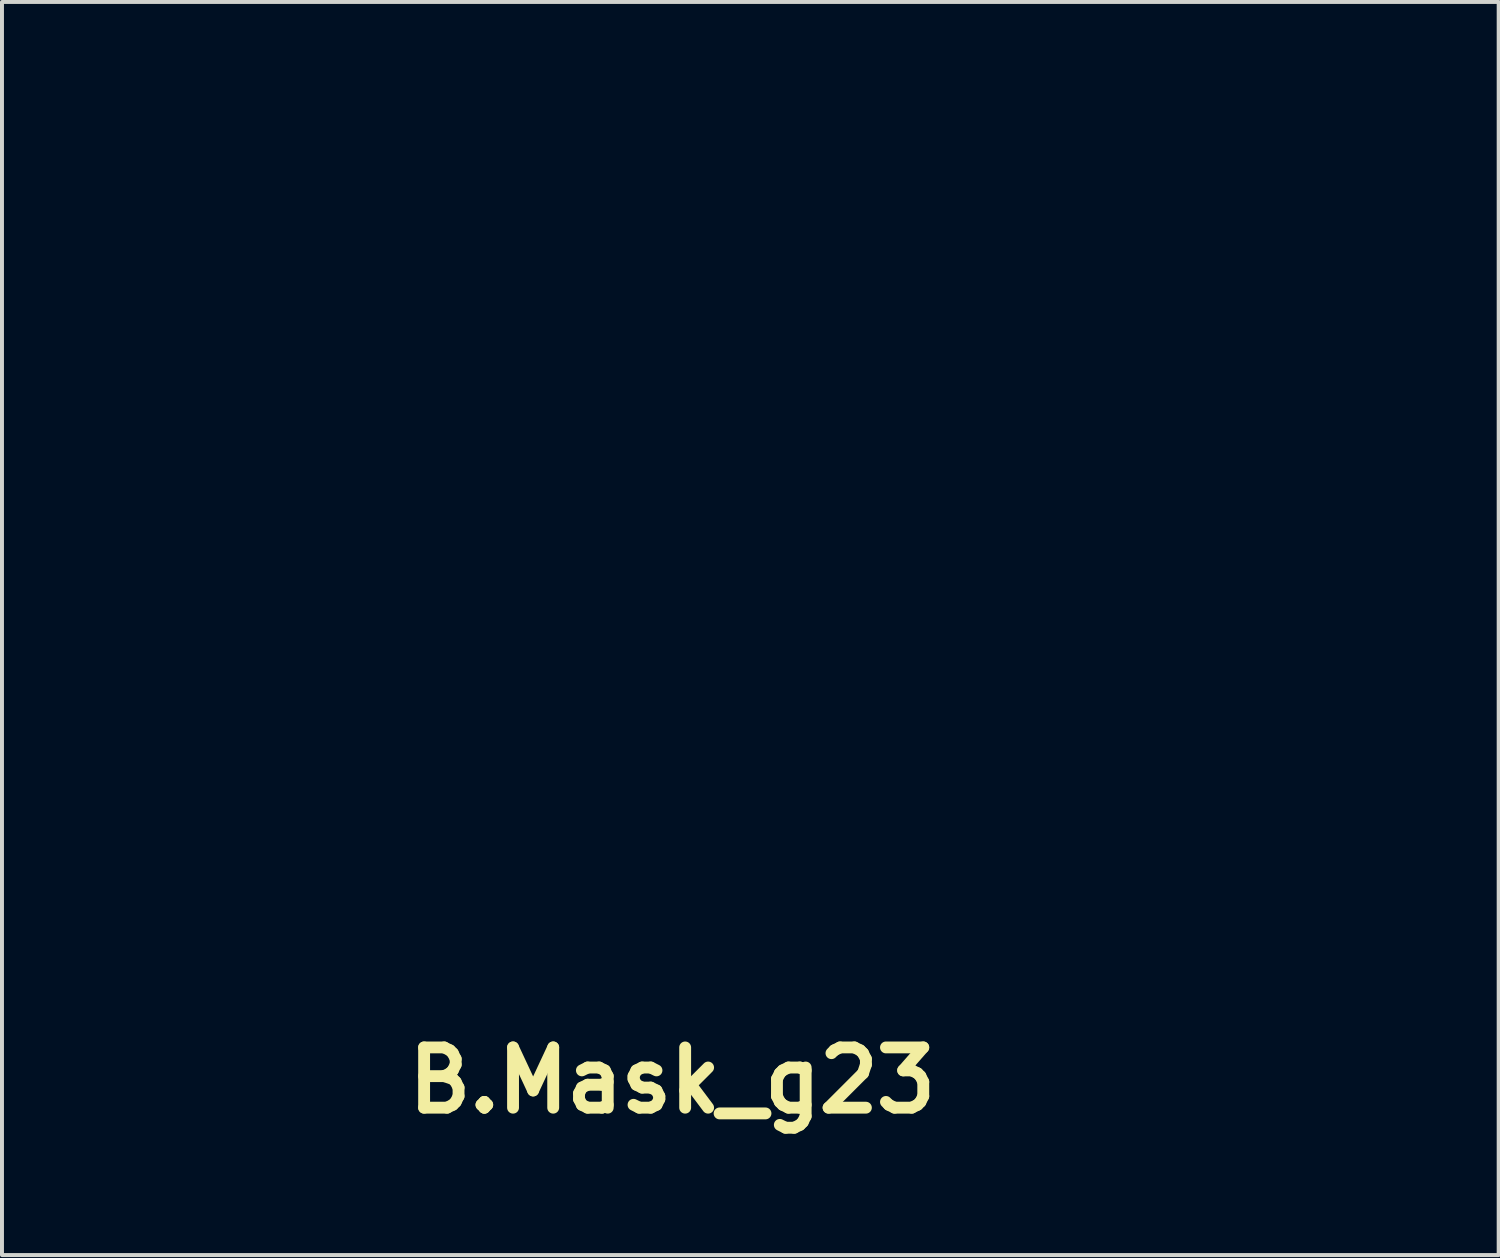
<source format=kicad_pcb>
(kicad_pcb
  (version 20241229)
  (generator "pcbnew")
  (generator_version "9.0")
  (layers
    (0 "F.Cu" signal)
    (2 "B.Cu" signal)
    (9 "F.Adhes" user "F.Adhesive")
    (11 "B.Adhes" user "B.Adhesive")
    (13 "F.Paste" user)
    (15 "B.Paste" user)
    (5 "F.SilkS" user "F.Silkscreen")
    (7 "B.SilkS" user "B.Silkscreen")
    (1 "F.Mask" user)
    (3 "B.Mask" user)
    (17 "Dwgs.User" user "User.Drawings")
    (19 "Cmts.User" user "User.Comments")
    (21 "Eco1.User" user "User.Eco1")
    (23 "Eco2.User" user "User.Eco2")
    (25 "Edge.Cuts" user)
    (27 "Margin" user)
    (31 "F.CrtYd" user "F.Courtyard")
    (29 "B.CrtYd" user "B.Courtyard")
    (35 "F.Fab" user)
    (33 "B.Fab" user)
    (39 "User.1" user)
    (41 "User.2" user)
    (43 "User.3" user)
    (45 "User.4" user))
  (footprint "B.Mask_g23"
    (layer "F.Cu")
    (at 13.957 24.283)
    (property "Reference" "B.Mask_g23" (at 0 0 0) (layer "F.SilkS") (effects (font (size 1.524 1.524) (thickness 0.3))))
    (attr through_hole)
    (fp_poly (pts (xy -10.249 -22.587) (xy -10.016 -22.456) (xy -9.874 -22.337) (xy -9.791 -22.244) (xy -9.749 -22.149) (xy -9.75 -22.047) (xy -9.799 -21.931) (xy -9.901 -21.795) (xy -10.059 -21.633) (xy -10.278 -21.438) (xy -10.561 -21.204) (xy -10.678 -21.11) (xy -10.898 -20.938) (xy -11.115 -20.773) (xy -11.318 -20.621) (xy -11.496 -20.493) (xy -11.639 -20.394) (xy -11.735 -20.335) (xy -11.769 -20.32) (xy -11.815 -20.35) (xy -11.89 -20.424) (xy -11.92 -20.458) (xy -12.095 -20.722) (xy -12.192 -21.002) (xy -12.215 -21.287) (xy -12.168 -21.568) (xy -12.054 -21.836) (xy -11.877 -22.081) (xy -11.641 -22.295) (xy -11.349 -22.469) (xy -11.099 -22.565) (xy -10.778 -22.639) (xy -10.499 -22.648) (xy -10.249 -22.587)) (stroke (width 0.01) (type solid)) (fill yes) (layer "B.Mask"))
    (fp_poly (pts (xy -12.59 -19.976) (xy -12.451 -19.927) (xy -12.368 -19.861) (xy -12.34 -19.769) (xy -12.369 -19.644) (xy -12.456 -19.481) (xy -12.604 -19.271) (xy -12.743 -19.092) (xy -12.864 -18.938) (xy -13.011 -18.744) (xy -13.163 -18.54) (xy -13.254 -18.415) (xy -13.413 -18.197) (xy -13.532 -18.039) (xy -13.618 -17.931) (xy -13.681 -17.866) (xy -13.729 -17.833) (xy -13.769 -17.822) (xy -13.774 -17.822) (xy -13.843 -17.856) (xy -13.894 -17.918) (xy -13.925 -18.021) (xy -13.944 -18.186) (xy -13.952 -18.393) (xy -13.948 -18.618) (xy -13.934 -18.842) (xy -13.909 -19.042) (xy -13.875 -19.197) (xy -13.87 -19.213) (xy -13.743 -19.467) (xy -13.559 -19.682) (xy -13.335 -19.849) (xy -13.084 -19.958) (xy -12.822 -20.001) (xy -12.59 -19.976)) (stroke (width 0.01) (type solid)) (fill yes) (layer "B.Mask"))
    (fp_poly (pts (xy -7.761 -24.277) (xy -7.604 -24.271) (xy -7.488 -24.256) (xy -7.388 -24.228) (xy -7.283 -24.183) (xy -7.197 -24.142) (xy -6.999 -24.021) (xy -6.84 -23.879) (xy -6.731 -23.732) (xy -6.689 -23.594) (xy -6.689 -23.586) (xy -6.713 -23.512) (xy -6.789 -23.431) (xy -6.924 -23.339) (xy -7.125 -23.232) (xy -7.399 -23.105) (xy -7.472 -23.073) (xy -7.71 -22.965) (xy -7.989 -22.834) (xy -8.276 -22.696) (xy -8.535 -22.566) (xy -8.548 -22.559) (xy -8.777 -22.442) (xy -8.942 -22.36) (xy -9.054 -22.308) (xy -9.126 -22.281) (xy -9.168 -22.276) (xy -9.192 -22.288) (xy -9.206 -22.307) (xy -9.271 -22.453) (xy -9.323 -22.645) (xy -9.356 -22.849) (xy -9.361 -22.952) (xy -9.345 -23.151) (xy -9.289 -23.349) (xy -9.186 -23.565) (xy -9.028 -23.818) (xy -9.019 -23.83) (xy -8.894 -23.999) (xy -8.771 -24.121) (xy -8.633 -24.202) (xy -8.463 -24.25) (xy -8.242 -24.273) (xy -7.98 -24.278) (xy -7.761 -24.277)) (stroke (width 0.01) (type solid)) (fill yes) (layer "B.Mask"))
    (fp_poly (pts (xy 2.411 -12.078) (xy 2.68 -12.067) (xy 2.908 -12.047) (xy 3.027 -12.028) (xy 3.373 -11.94) (xy 3.718 -11.824) (xy 4.046 -11.688) (xy 4.339 -11.539) (xy 4.579 -11.385) (xy 4.728 -11.258) (xy 4.984 -10.937) (xy 5.193 -10.549) (xy 5.355 -10.102) (xy 5.466 -9.6) (xy 5.525 -9.051) (xy 5.532 -8.459) (xy 5.531 -8.445) (xy 5.505 -8.012) (xy 5.455 -7.632) (xy 5.377 -7.279) (xy 5.265 -6.923) (xy 5.201 -6.752) (xy 4.984 -6.277) (xy 4.73 -5.873) (xy 4.431 -5.533) (xy 4.08 -5.248) (xy 3.669 -5.012) (xy 3.459 -4.917) (xy 3.293 -4.852) (xy 3.157 -4.812) (xy 3.019 -4.793) (xy 2.846 -4.789) (xy 2.744 -4.79) (xy 2.512 -4.796) (xy 2.243 -4.809) (xy 1.988 -4.825) (xy 1.926 -4.829) (xy 1.51 -4.869) (xy 1.128 -4.917) (xy 0.799 -4.972) (xy 0.593 -5.016) (xy 0.41 -5.055) (xy 0.205 -5.09) (xy 0.106 -5.103) (xy -0.121 -5.149) (xy -0.325 -5.239) (xy -0.526 -5.384) (xy -0.722 -5.573) (xy -1.072 -5.996) (xy -1.363 -6.465) (xy -1.588 -6.961) (xy -1.696 -7.303) (xy -1.754 -7.64) (xy -1.759 -8.015) (xy -1.712 -8.435) (xy -1.611 -8.908) (xy -1.507 -9.287) (xy -1.398 -9.606) (xy -1.274 -9.89) (xy -1.124 -10.164) (xy -0.993 -10.372) (xy -0.748 -10.722) (xy -0.508 -11.027) (xy -0.28 -11.281) (xy -0.073 -11.474) (xy 0.108 -11.598) (xy 0.127 -11.608) (xy 0.315 -11.69) (xy 0.56 -11.78) (xy 0.833 -11.87) (xy 1.108 -11.952) (xy 1.357 -12.015) (xy 1.418 -12.029) (xy 1.603 -12.055) (xy 1.847 -12.072) (xy 2.125 -12.079) (xy 2.411 -12.078)) (stroke (width 0.01) (type solid)) (fill yes) (layer "B.Mask"))
    (fp_poly (pts (xy -9.962 -13.638) (xy -9.692 -13.631) (xy -9.482 -13.619) (xy -9.309 -13.599) (xy -9.149 -13.567) (xy -8.981 -13.522) (xy -8.806 -13.477) (xy -8.652 -13.447) (xy -8.544 -13.437) (xy -8.519 -13.44) (xy -8.441 -13.436) (xy -8.327 -13.387) (xy -8.165 -13.289) (xy -8.117 -13.257) (xy -7.956 -13.154) (xy -7.8 -13.066) (xy -7.678 -13.008) (xy -7.655 -12.999) (xy -7.482 -12.903) (xy -7.31 -12.732) (xy -7.145 -12.495) (xy -6.992 -12.201) (xy -6.855 -11.859) (xy -6.739 -11.479) (xy -6.662 -11.137) (xy -6.606 -10.679) (xy -6.599 -10.175) (xy -6.639 -9.645) (xy -6.723 -9.109) (xy -6.849 -8.588) (xy -7.015 -8.102) (xy -7.037 -8.048) (xy -7.211 -7.709) (xy -7.443 -7.373) (xy -7.718 -7.058) (xy -8.018 -6.782) (xy -8.327 -6.562) (xy -8.467 -6.486) (xy -8.544 -6.449) (xy -8.614 -6.421) (xy -8.69 -6.4) (xy -8.785 -6.386) (xy -8.911 -6.377) (xy -9.081 -6.371) (xy -9.309 -6.368) (xy -9.607 -6.366) (xy -9.652 -6.365) (xy -9.935 -6.364) (xy -10.197 -6.365) (xy -10.422 -6.367) (xy -10.597 -6.371) (xy -10.707 -6.376) (xy -10.732 -6.378) (xy -11.106 -6.434) (xy -11.408 -6.482) (xy -11.649 -6.529) (xy -11.842 -6.577) (xy -11.996 -6.631) (xy -12.125 -6.695) (xy -12.24 -6.774) (xy -12.351 -6.871) (xy -12.472 -6.992) (xy -12.512 -7.034) (xy -12.799 -7.366) (xy -13.045 -7.718) (xy -13.241 -8.071) (xy -13.374 -8.407) (xy -13.395 -8.481) (xy -13.441 -8.719) (xy -13.473 -9.009) (xy -13.49 -9.32) (xy -13.49 -9.621) (xy -13.472 -9.881) (xy -13.462 -9.952) (xy -13.355 -10.424) (xy -13.193 -10.922) (xy -12.986 -11.416) (xy -12.745 -11.882) (xy -12.497 -12.271) (xy -12.388 -12.419) (xy -12.287 -12.538) (xy -12.179 -12.644) (xy -12.045 -12.753) (xy -11.868 -12.881) (xy -11.72 -12.983) (xy -11.505 -13.126) (xy -11.283 -13.266) (xy -11.079 -13.388) (xy -10.916 -13.479) (xy -10.888 -13.493) (xy -10.578 -13.647) (xy -9.962 -13.638)) (stroke (width 0.01) (type solid)) (fill yes) (layer "B.Mask"))
    (fp_poly (pts (xy 13.166 -21.73) (xy 13.537 -21.607) (xy 13.633 -21.562) (xy 13.909 -21.387) (xy 14.112 -21.174) (xy 14.243 -20.921) (xy 14.302 -20.625) (xy 14.29 -20.287) (xy 14.207 -19.903) (xy 14.145 -19.71) (xy 14.064 -19.461) (xy 14.021 -19.28) (xy 14.017 -19.163) (xy 14.05 -19.103) (xy 14.094 -19.092) (xy 14.163 -19.107) (xy 14.293 -19.146) (xy 14.467 -19.204) (xy 14.666 -19.276) (xy 14.696 -19.287) (xy 14.99 -19.39) (xy 15.227 -19.454) (xy 15.424 -19.48) (xy 15.601 -19.469) (xy 15.774 -19.421) (xy 15.945 -19.347) (xy 16.216 -19.171) (xy 16.454 -18.936) (xy 16.646 -18.661) (xy 16.779 -18.363) (xy 16.836 -18.1) (xy 16.839 -17.889) (xy 16.8 -17.678) (xy 16.715 -17.455) (xy 16.577 -17.211) (xy 16.383 -16.934) (xy 16.182 -16.679) (xy 16.066 -16.524) (xy 16.007 -16.404) (xy 16.01 -16.314) (xy 16.08 -16.248) (xy 16.221 -16.201) (xy 16.437 -16.17) (xy 16.678 -16.151) (xy 16.97 -16.123) (xy 17.195 -16.073) (xy 17.37 -15.99) (xy 17.511 -15.863) (xy 17.637 -15.68) (xy 17.749 -15.46) (xy 17.864 -15.132) (xy 17.902 -14.806) (xy 17.862 -14.495) (xy 17.843 -14.431) (xy 17.715 -14.09) (xy 17.561 -13.759) (xy 17.398 -13.474) (xy 17.384 -13.453) (xy 17.246 -13.279) (xy 17.103 -13.156) (xy 16.966 -13.089) (xy 16.847 -13.086) (xy 16.77 -13.137) (xy 16.741 -13.193) (xy 16.688 -13.316) (xy 16.617 -13.49) (xy 16.533 -13.703) (xy 16.446 -13.931) (xy 16.185 -14.588) (xy 15.91 -15.191) (xy 15.609 -15.762) (xy 15.272 -16.325) (xy 14.884 -16.9) (xy 14.624 -17.259) (xy 14.217 -17.788) (xy 13.826 -18.254) (xy 13.432 -18.674) (xy 13.02 -19.065) (xy 12.573 -19.442) (xy 12.075 -19.822) (xy 11.859 -19.977) (xy 11.58 -20.187) (xy 11.365 -20.373) (xy 11.218 -20.533) (xy 11.143 -20.662) (xy 11.134 -20.714) (xy 11.156 -20.805) (xy 11.213 -20.929) (xy 11.254 -21) (xy 11.482 -21.284) (xy 11.761 -21.507) (xy 12.079 -21.665) (xy 12.427 -21.757) (xy 12.792 -21.78) (xy 13.166 -21.73)) (stroke (width 0.01) (type solid)) (fill yes) (layer "B.Mask")))
  (gr_rect
    (start -3 -3)
    (end 34.864 28.701)
    (stroke (width 0.1) (type default))
    (fill no)
    (layer "Edge.Cuts")))
</source>
